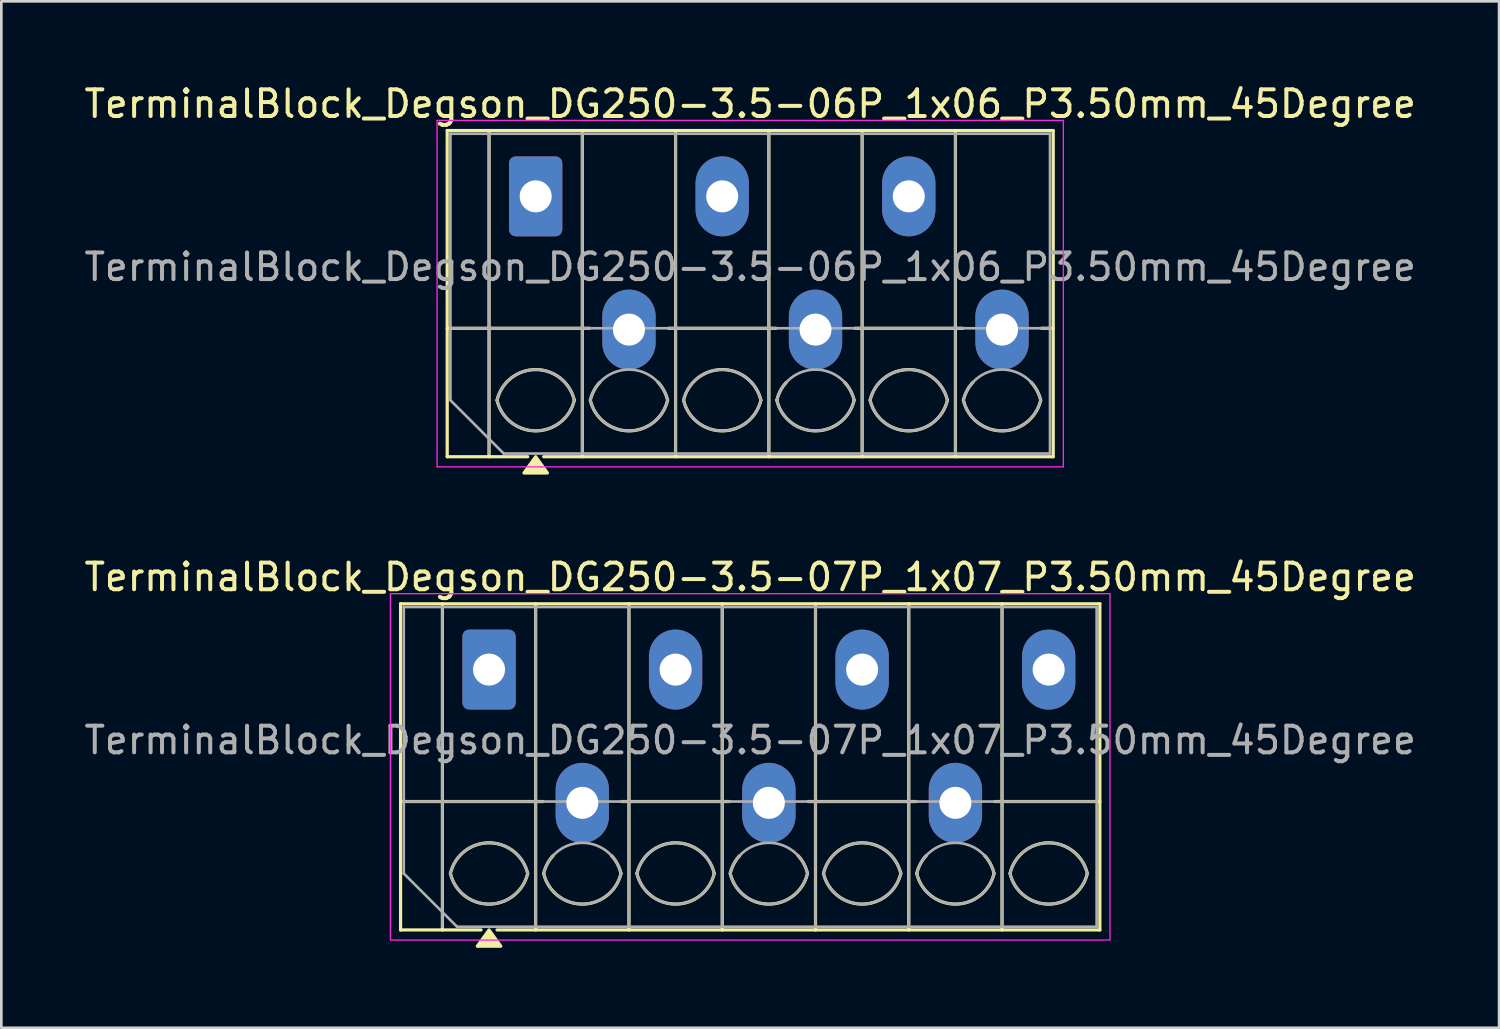
<source format=kicad_pcb>
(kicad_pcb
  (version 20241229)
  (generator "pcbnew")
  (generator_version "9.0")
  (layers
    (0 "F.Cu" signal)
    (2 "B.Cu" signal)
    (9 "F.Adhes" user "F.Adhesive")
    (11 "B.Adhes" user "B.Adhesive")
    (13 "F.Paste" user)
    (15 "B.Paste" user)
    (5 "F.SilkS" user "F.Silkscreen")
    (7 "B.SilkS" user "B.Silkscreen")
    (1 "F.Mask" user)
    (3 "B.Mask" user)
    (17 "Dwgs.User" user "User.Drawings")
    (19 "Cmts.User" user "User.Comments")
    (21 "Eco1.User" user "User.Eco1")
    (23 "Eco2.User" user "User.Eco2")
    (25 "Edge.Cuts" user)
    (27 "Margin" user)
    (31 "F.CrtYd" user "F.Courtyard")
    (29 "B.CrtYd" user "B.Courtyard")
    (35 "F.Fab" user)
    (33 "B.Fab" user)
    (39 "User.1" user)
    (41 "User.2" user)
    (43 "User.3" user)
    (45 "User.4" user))
  (footprint "TerminalBlock_Degson_DG250-3.5-06P_1x06_P3.50mm_45Degree"
    (layer "F.Cu")
    (at 17.051 4.318)
    (property "Reference" "TerminalBlock_Degson_DG250-3.5-06P_1x06_P3.50mm_45Degree" (at 8.05 -3.47 0) (layer "F.SilkS") (effects (font (size 1 1) (thickness 0.15))))
    (attr through_hole)
    (fp_line (start -3.32 -2.47) (end -3.32 9.77) (stroke (width 0.12) (type solid)) (layer "F.SilkS"))
    (fp_line (start -3.32 -2.47) (end 19.42 -2.47) (stroke (width 0.12) (type solid)) (layer "F.SilkS"))
    (fp_line (start -3.32 4.95) (end 2.02 4.95) (stroke (width 0.12) (type solid)) (layer "F.SilkS"))
    (fp_line (start -3.32 9.77) (end -0.3 9.77) (stroke (width 0.12) (type solid)) (layer "F.SilkS"))
    (fp_line (start -1.75 -2.47) (end -1.75 9.77) (stroke (width 0.12) (type solid)) (layer "F.SilkS"))
    (fp_line (start 0.3 9.77) (end 19.42 9.77) (stroke (width 0.12) (type solid)) (layer "F.SilkS"))
    (fp_line (start 1.75 -2.47) (end 1.75 9.77) (stroke (width 0.12) (type solid)) (layer "F.SilkS"))
    (fp_line (start 4.98 4.95) (end 9.02 4.95) (stroke (width 0.12) (type solid)) (layer "F.SilkS"))
    (fp_line (start 5.25 -2.47) (end 5.25 9.77) (stroke (width 0.12) (type solid)) (layer "F.SilkS"))
    (fp_line (start 8.75 -2.47) (end 8.75 9.77) (stroke (width 0.12) (type solid)) (layer "F.SilkS"))
    (fp_line (start 11.98 4.95) (end 16.02 4.95) (stroke (width 0.12) (type solid)) (layer "F.SilkS"))
    (fp_line (start 12.25 -2.47) (end 12.25 9.77) (stroke (width 0.12) (type solid)) (layer "F.SilkS"))
    (fp_line (start 15.75 -2.47) (end 15.75 9.77) (stroke (width 0.12) (type solid)) (layer "F.SilkS"))
    (fp_line (start 18.98 4.95) (end 19.42 4.95) (stroke (width 0.12) (type solid)) (layer "F.SilkS"))
    (fp_line (start 19.42 -2.47) (end 19.42 9.77) (stroke (width 0.12) (type solid)) (layer "F.SilkS"))
    (fp_arc (start -1.45 7.65) (mid 0 6.5) (end 1.45 7.65) (stroke (width 0.12) (type solid)) (layer "F.SilkS"))
    (fp_arc (start 1.45 7.65) (mid 0 8.8) (end -1.45 7.65) (stroke (width 0.12) (type solid)) (layer "F.SilkS"))
    (fp_arc (start 2.05 7.65) (mid 2.18402 7.291962) (end 2.405 6.98) (stroke (width 0.12) (type solid)) (layer "F.SilkS"))
    (fp_arc (start 4.595 6.98) (mid 4.81598 7.291962) (end 4.95 7.65) (stroke (width 0.12) (type solid)) (layer "F.SilkS"))
    (fp_arc (start 4.95 7.65) (mid 3.5 8.8) (end 2.05 7.65) (stroke (width 0.12) (type solid)) (layer "F.SilkS"))
    (fp_arc (start 5.55 7.65) (mid 7 6.5) (end 8.45 7.65) (stroke (width 0.12) (type solid)) (layer "F.SilkS"))
    (fp_arc (start 8.45 7.65) (mid 7 8.8) (end 5.55 7.65) (stroke (width 0.12) (type solid)) (layer "F.SilkS"))
    (fp_arc (start 9.05 7.65) (mid 9.18402 7.291962) (end 9.405 6.98) (stroke (width 0.12) (type solid)) (layer "F.SilkS"))
    (fp_arc (start 11.595 6.98) (mid 11.81598 7.291962) (end 11.95 7.65) (stroke (width 0.12) (type solid)) (layer "F.SilkS"))
    (fp_arc (start 11.95 7.65) (mid 10.5 8.8) (end 9.05 7.65) (stroke (width 0.12) (type solid)) (layer "F.SilkS"))
    (fp_arc (start 12.55 7.65) (mid 14 6.5) (end 15.45 7.65) (stroke (width 0.12) (type solid)) (layer "F.SilkS"))
    (fp_arc (start 15.45 7.65) (mid 14 8.8) (end 12.55 7.65) (stroke (width 0.12) (type solid)) (layer "F.SilkS"))
    (fp_arc (start 16.05 7.65) (mid 16.18402 7.291962) (end 16.405 6.98) (stroke (width 0.12) (type solid)) (layer "F.SilkS"))
    (fp_arc (start 18.595 6.98) (mid 18.81598 7.291962) (end 18.95 7.65) (stroke (width 0.12) (type solid)) (layer "F.SilkS"))
    (fp_arc (start 18.95 7.65) (mid 17.5 8.8) (end 16.05 7.65) (stroke (width 0.12) (type solid)) (layer "F.SilkS"))
    (fp_poly (pts (xy 0 9.77) (xy 0.44 10.38) (xy -0.44 10.38)) (stroke (width 0.12) (type solid)) (fill yes) (layer "F.SilkS"))
    (fp_line (start -3.7 -2.85) (end -3.7 10.15) (stroke (width 0.05) (type solid)) (layer "F.CrtYd"))
    (fp_line (start -3.7 10.15) (end 19.8 10.15) (stroke (width 0.05) (type solid)) (layer "F.CrtYd"))
    (fp_line (start 19.8 -2.85) (end -3.7 -2.85) (stroke (width 0.05) (type solid)) (layer "F.CrtYd"))
    (fp_line (start 19.8 10.15) (end 19.8 -2.85) (stroke (width 0.05) (type solid)) (layer "F.CrtYd"))
    (fp_line (start -3.2 -2.35) (end 19.3 -2.35) (stroke (width 0.1) (type solid)) (layer "F.Fab"))
    (fp_line (start -3.2 4.95) (end 19.3 4.95) (stroke (width 0.1) (type solid)) (layer "F.Fab"))
    (fp_line (start -3.2 7.65) (end -3.2 -2.35) (stroke (width 0.1) (type solid)) (layer "F.Fab"))
    (fp_line (start -1.75 -2.35) (end -1.75 9.65) (stroke (width 0.1) (type solid)) (layer "F.Fab"))
    (fp_line (start -1.2 9.65) (end -3.2 7.65) (stroke (width 0.1) (type solid)) (layer "F.Fab"))
    (fp_line (start 1.75 -2.35) (end 1.75 9.65) (stroke (width 0.1) (type solid)) (layer "F.Fab"))
    (fp_line (start 5.25 -2.35) (end 5.25 9.65) (stroke (width 0.1) (type solid)) (layer "F.Fab"))
    (fp_line (start 8.75 -2.35) (end 8.75 9.65) (stroke (width 0.1) (type solid)) (layer "F.Fab"))
    (fp_line (start 12.25 -2.35) (end 12.25 9.65) (stroke (width 0.1) (type solid)) (layer "F.Fab"))
    (fp_line (start 15.75 -2.35) (end 15.75 9.65) (stroke (width 0.1) (type solid)) (layer "F.Fab"))
    (fp_line (start 19.3 -2.35) (end 19.3 9.65) (stroke (width 0.1) (type solid)) (layer "F.Fab"))
    (fp_line (start 19.3 9.65) (end -1.2 9.65) (stroke (width 0.1) (type solid)) (layer "F.Fab"))
    (fp_arc (start -1.45 7.65) (mid 0 6.5) (end 1.45 7.65) (stroke (width 0.1) (type solid)) (layer "F.Fab"))
    (fp_arc (start 1.45 7.65) (mid 0 8.8) (end -1.45 7.65) (stroke (width 0.1) (type solid)) (layer "F.Fab"))
    (fp_arc (start 2.05 7.65) (mid 3.5 6.5) (end 4.95 7.65) (stroke (width 0.1) (type solid)) (layer "F.Fab"))
    (fp_arc (start 4.95 7.65) (mid 3.5 8.8) (end 2.05 7.65) (stroke (width 0.1) (type solid)) (layer "F.Fab"))
    (fp_arc (start 5.55 7.65) (mid 7 6.5) (end 8.45 7.65) (stroke (width 0.1) (type solid)) (layer "F.Fab"))
    (fp_arc (start 8.45 7.65) (mid 7 8.8) (end 5.55 7.65) (stroke (width 0.1) (type solid)) (layer "F.Fab"))
    (fp_arc (start 9.05 7.65) (mid 10.5 6.5) (end 11.95 7.65) (stroke (width 0.1) (type solid)) (layer "F.Fab"))
    (fp_arc (start 11.95 7.65) (mid 10.5 8.8) (end 9.05 7.65) (stroke (width 0.1) (type solid)) (layer "F.Fab"))
    (fp_arc (start 12.55 7.65) (mid 14 6.5) (end 15.45 7.65) (stroke (width 0.1) (type solid)) (layer "F.Fab"))
    (fp_arc (start 15.45 7.65) (mid 14 8.8) (end 12.55 7.65) (stroke (width 0.1) (type solid)) (layer "F.Fab"))
    (fp_arc (start 16.05 7.65) (mid 17.5 6.5) (end 18.95 7.65) (stroke (width 0.1) (type solid)) (layer "F.Fab"))
    (fp_arc (start 18.95 7.65) (mid 17.5 8.8) (end 16.05 7.65) (stroke (width 0.1) (type solid)) (layer "F.Fab"))
    (fp_text user "${REFERENCE}" (at 8.05 2.65 0) (layer "F.Fab") (effects (font (size 1 1) (thickness 0.15))))
    (pad "1" thru_hole roundrect (at 0 0) (size 2 3) (drill 1.2) (layers "*.Cu" "*.Mask") (roundrect_rratio 0.125))
    (pad "2" thru_hole oval (at 3.5 5) (size 2 3) (drill 1.2) (layers "*.Cu" "*.Mask"))
    (pad "3" thru_hole oval (at 7 0) (size 2 3) (drill 1.2) (layers "*.Cu" "*.Mask"))
    (pad "4" thru_hole oval (at 10.5 5) (size 2 3) (drill 1.2) (layers "*.Cu" "*.Mask"))
    (pad "5" thru_hole oval (at 14 0) (size 2 3) (drill 1.2) (layers "*.Cu" "*.Mask"))
    (pad "6" thru_hole oval (at 17.5 5) (size 2 3) (drill 1.2) (layers "*.Cu" "*.Mask")))
  (footprint "TerminalBlock_Degson_DG250-3.5-07P_1x07_P3.50mm_45Degree"
    (layer "F.Cu")
    (at 15.301 22.076)
    (property "Reference" "TerminalBlock_Degson_DG250-3.5-07P_1x07_P3.50mm_45Degree" (at 9.8 -3.47 0) (layer "F.SilkS") (effects (font (size 1 1) (thickness 0.15))))
    (attr through_hole)
    (fp_line (start -3.32 -2.47) (end 22.92 -2.47) (stroke (width 0.12) (type solid)) (layer "F.SilkS"))
    (fp_line (start -3.32 4.95) (end 2.02 4.95) (stroke (width 0.12) (type solid)) (layer "F.SilkS"))
    (fp_line (start -3.32 9.77) (end -3.32 -2.47) (stroke (width 0.12) (type solid)) (layer "F.SilkS"))
    (fp_line (start -1.75 -2.47) (end -1.75 9.77) (stroke (width 0.12) (type solid)) (layer "F.SilkS"))
    (fp_line (start -0.3 9.77) (end -3.32 9.77) (stroke (width 0.12) (type solid)) (layer "F.SilkS"))
    (fp_line (start 1.75 -2.47) (end 1.75 9.77) (stroke (width 0.12) (type solid)) (layer "F.SilkS"))
    (fp_line (start 4.98 4.95) (end 9.02 4.95) (stroke (width 0.12) (type solid)) (layer "F.SilkS"))
    (fp_line (start 5.25 -2.47) (end 5.25 9.77) (stroke (width 0.12) (type solid)) (layer "F.SilkS"))
    (fp_line (start 8.75 -2.47) (end 8.75 9.77) (stroke (width 0.12) (type solid)) (layer "F.SilkS"))
    (fp_line (start 11.98 4.95) (end 16.02 4.95) (stroke (width 0.12) (type solid)) (layer "F.SilkS"))
    (fp_line (start 12.25 -2.47) (end 12.25 9.77) (stroke (width 0.12) (type solid)) (layer "F.SilkS"))
    (fp_line (start 15.75 -2.47) (end 15.75 9.77) (stroke (width 0.12) (type solid)) (layer "F.SilkS"))
    (fp_line (start 18.98 4.95) (end 22.92 4.95) (stroke (width 0.12) (type solid)) (layer "F.SilkS"))
    (fp_line (start 19.25 -2.47) (end 19.25 9.77) (stroke (width 0.12) (type solid)) (layer "F.SilkS"))
    (fp_line (start 22.92 -2.47) (end 22.92 9.77) (stroke (width 0.12) (type solid)) (layer "F.SilkS"))
    (fp_line (start 22.92 9.77) (end 0.3 9.77) (stroke (width 0.12) (type solid)) (layer "F.SilkS"))
    (fp_arc (start -1.45 7.65) (mid 0 6.5) (end 1.45 7.65) (stroke (width 0.12) (type solid)) (layer "F.SilkS"))
    (fp_arc (start 1.45 7.65) (mid 0 8.8) (end -1.45 7.65) (stroke (width 0.12) (type solid)) (layer "F.SilkS"))
    (fp_arc (start 2.05 7.65) (mid 2.18402 7.291962) (end 2.405 6.98) (stroke (width 0.12) (type solid)) (layer "F.SilkS"))
    (fp_arc (start 4.595 6.98) (mid 4.81598 7.291962) (end 4.95 7.65) (stroke (width 0.12) (type solid)) (layer "F.SilkS"))
    (fp_arc (start 4.95 7.65) (mid 3.5 8.8) (end 2.05 7.65) (stroke (width 0.12) (type solid)) (layer "F.SilkS"))
    (fp_arc (start 5.55 7.65) (mid 7 6.5) (end 8.45 7.65) (stroke (width 0.12) (type solid)) (layer "F.SilkS"))
    (fp_arc (start 8.45 7.65) (mid 7 8.8) (end 5.55 7.65) (stroke (width 0.12) (type solid)) (layer "F.SilkS"))
    (fp_arc (start 9.05 7.65) (mid 9.18402 7.291962) (end 9.405 6.98) (stroke (width 0.12) (type solid)) (layer "F.SilkS"))
    (fp_arc (start 11.595 6.98) (mid 11.81598 7.291962) (end 11.95 7.65) (stroke (width 0.12) (type solid)) (layer "F.SilkS"))
    (fp_arc (start 11.95 7.65) (mid 10.5 8.8) (end 9.05 7.65) (stroke (width 0.12) (type solid)) (layer "F.SilkS"))
    (fp_arc (start 12.55 7.65) (mid 14 6.5) (end 15.45 7.65) (stroke (width 0.12) (type solid)) (layer "F.SilkS"))
    (fp_arc (start 15.45 7.65) (mid 14 8.8) (end 12.55 7.65) (stroke (width 0.12) (type solid)) (layer "F.SilkS"))
    (fp_arc (start 16.05 7.65) (mid 16.18402 7.291962) (end 16.405 6.98) (stroke (width 0.12) (type solid)) (layer "F.SilkS"))
    (fp_arc (start 18.595 6.98) (mid 18.81598 7.291962) (end 18.95 7.65) (stroke (width 0.12) (type solid)) (layer "F.SilkS"))
    (fp_arc (start 18.95 7.65) (mid 17.5 8.8) (end 16.05 7.65) (stroke (width 0.12) (type solid)) (layer "F.SilkS"))
    (fp_arc (start 19.55 7.65) (mid 21 6.5) (end 22.45 7.65) (stroke (width 0.12) (type solid)) (layer "F.SilkS"))
    (fp_arc (start 22.45 7.65) (mid 21 8.8) (end 19.55 7.65) (stroke (width 0.12) (type solid)) (layer "F.SilkS"))
    (fp_poly (pts (xy 0 9.77) (xy 0.44 10.38) (xy -0.44 10.38)) (stroke (width 0.12) (type solid)) (fill yes) (layer "F.SilkS"))
    (fp_rect (start -3.7 -2.85) (end 23.3 10.15) (stroke (width 0.05) (type solid)) (fill no) (layer "F.CrtYd"))
    (fp_line (start -3.2 -2.35) (end 22.8 -2.35) (stroke (width 0.1) (type solid)) (layer "F.Fab"))
    (fp_line (start -3.2 4.95) (end 22.8 4.95) (stroke (width 0.1) (type solid)) (layer "F.Fab"))
    (fp_line (start -3.2 7.65) (end -3.2 -2.35) (stroke (width 0.1) (type solid)) (layer "F.Fab"))
    (fp_line (start -1.75 -2.35) (end -1.75 9.65) (stroke (width 0.1) (type solid)) (layer "F.Fab"))
    (fp_line (start -1.2 9.65) (end -3.2 7.65) (stroke (width 0.1) (type solid)) (layer "F.Fab"))
    (fp_line (start 1.75 -2.35) (end 1.75 9.65) (stroke (width 0.1) (type solid)) (layer "F.Fab"))
    (fp_line (start 5.25 -2.35) (end 5.25 9.65) (stroke (width 0.1) (type solid)) (layer "F.Fab"))
    (fp_line (start 8.75 -2.35) (end 8.75 9.65) (stroke (width 0.1) (type solid)) (layer "F.Fab"))
    (fp_line (start 12.25 -2.35) (end 12.25 9.65) (stroke (width 0.1) (type solid)) (layer "F.Fab"))
    (fp_line (start 15.75 -2.35) (end 15.75 9.65) (stroke (width 0.1) (type solid)) (layer "F.Fab"))
    (fp_line (start 19.25 -2.35) (end 19.25 9.65) (stroke (width 0.1) (type solid)) (layer "F.Fab"))
    (fp_line (start 22.8 -2.35) (end 22.8 9.65) (stroke (width 0.1) (type solid)) (layer "F.Fab"))
    (fp_line (start 22.8 9.65) (end -1.2 9.65) (stroke (width 0.1) (type solid)) (layer "F.Fab"))
    (fp_arc (start -1.45 7.65) (mid 0 6.5) (end 1.45 7.65) (stroke (width 0.1) (type solid)) (layer "F.Fab"))
    (fp_arc (start 1.45 7.65) (mid 0 8.8) (end -1.45 7.65) (stroke (width 0.1) (type solid)) (layer "F.Fab"))
    (fp_arc (start 2.05 7.65) (mid 3.5 6.5) (end 4.95 7.65) (stroke (width 0.1) (type solid)) (layer "F.Fab"))
    (fp_arc (start 4.95 7.65) (mid 3.5 8.8) (end 2.05 7.65) (stroke (width 0.1) (type solid)) (layer "F.Fab"))
    (fp_arc (start 5.55 7.65) (mid 7 6.5) (end 8.45 7.65) (stroke (width 0.1) (type solid)) (layer "F.Fab"))
    (fp_arc (start 8.45 7.65) (mid 7 8.8) (end 5.55 7.65) (stroke (width 0.1) (type solid)) (layer "F.Fab"))
    (fp_arc (start 9.05 7.65) (mid 10.5 6.5) (end 11.95 7.65) (stroke (width 0.1) (type solid)) (layer "F.Fab"))
    (fp_arc (start 11.95 7.65) (mid 10.5 8.8) (end 9.05 7.65) (stroke (width 0.1) (type solid)) (layer "F.Fab"))
    (fp_arc (start 12.55 7.65) (mid 14 6.5) (end 15.45 7.65) (stroke (width 0.1) (type solid)) (layer "F.Fab"))
    (fp_arc (start 15.45 7.65) (mid 14 8.8) (end 12.55 7.65) (stroke (width 0.1) (type solid)) (layer "F.Fab"))
    (fp_arc (start 16.05 7.65) (mid 17.5 6.5) (end 18.95 7.65) (stroke (width 0.1) (type solid)) (layer "F.Fab"))
    (fp_arc (start 18.95 7.65) (mid 17.5 8.8) (end 16.05 7.65) (stroke (width 0.1) (type solid)) (layer "F.Fab"))
    (fp_arc (start 19.55 7.65) (mid 21 6.5) (end 22.45 7.65) (stroke (width 0.1) (type solid)) (layer "F.Fab"))
    (fp_arc (start 22.45 7.65) (mid 21 8.8) (end 19.55 7.65) (stroke (width 0.1) (type solid)) (layer "F.Fab"))
    (fp_text user "${REFERENCE}" (at 9.8 2.65 0) (layer "F.Fab") (effects (font (size 1 1) (thickness 0.15))))
    (pad "1" thru_hole roundrect (at 0 0) (size 2 3) (drill 1.2) (layers "*.Cu" "*.Mask") (roundrect_rratio 0.125))
    (pad "2" thru_hole oval (at 3.5 5) (size 2 3) (drill 1.2) (layers "*.Cu" "*.Mask"))
    (pad "3" thru_hole oval (at 7 0) (size 2 3) (drill 1.2) (layers "*.Cu" "*.Mask"))
    (pad "4" thru_hole oval (at 10.5 5) (size 2 3) (drill 1.2) (layers "*.Cu" "*.Mask"))
    (pad "5" thru_hole oval (at 14 0) (size 2 3) (drill 1.2) (layers "*.Cu" "*.Mask"))
    (pad "6" thru_hole oval (at 17.5 5) (size 2 3) (drill 1.2) (layers "*.Cu" "*.Mask"))
    (pad "7" thru_hole oval (at 21 0) (size 2 3) (drill 1.2) (layers "*.Cu" "*.Mask")))
  (gr_rect
    (start -3 -3)
    (end 53.202 35.517)
    (stroke (width 0.1) (type default))
    (fill no)
    (layer "Edge.Cuts")))
</source>
